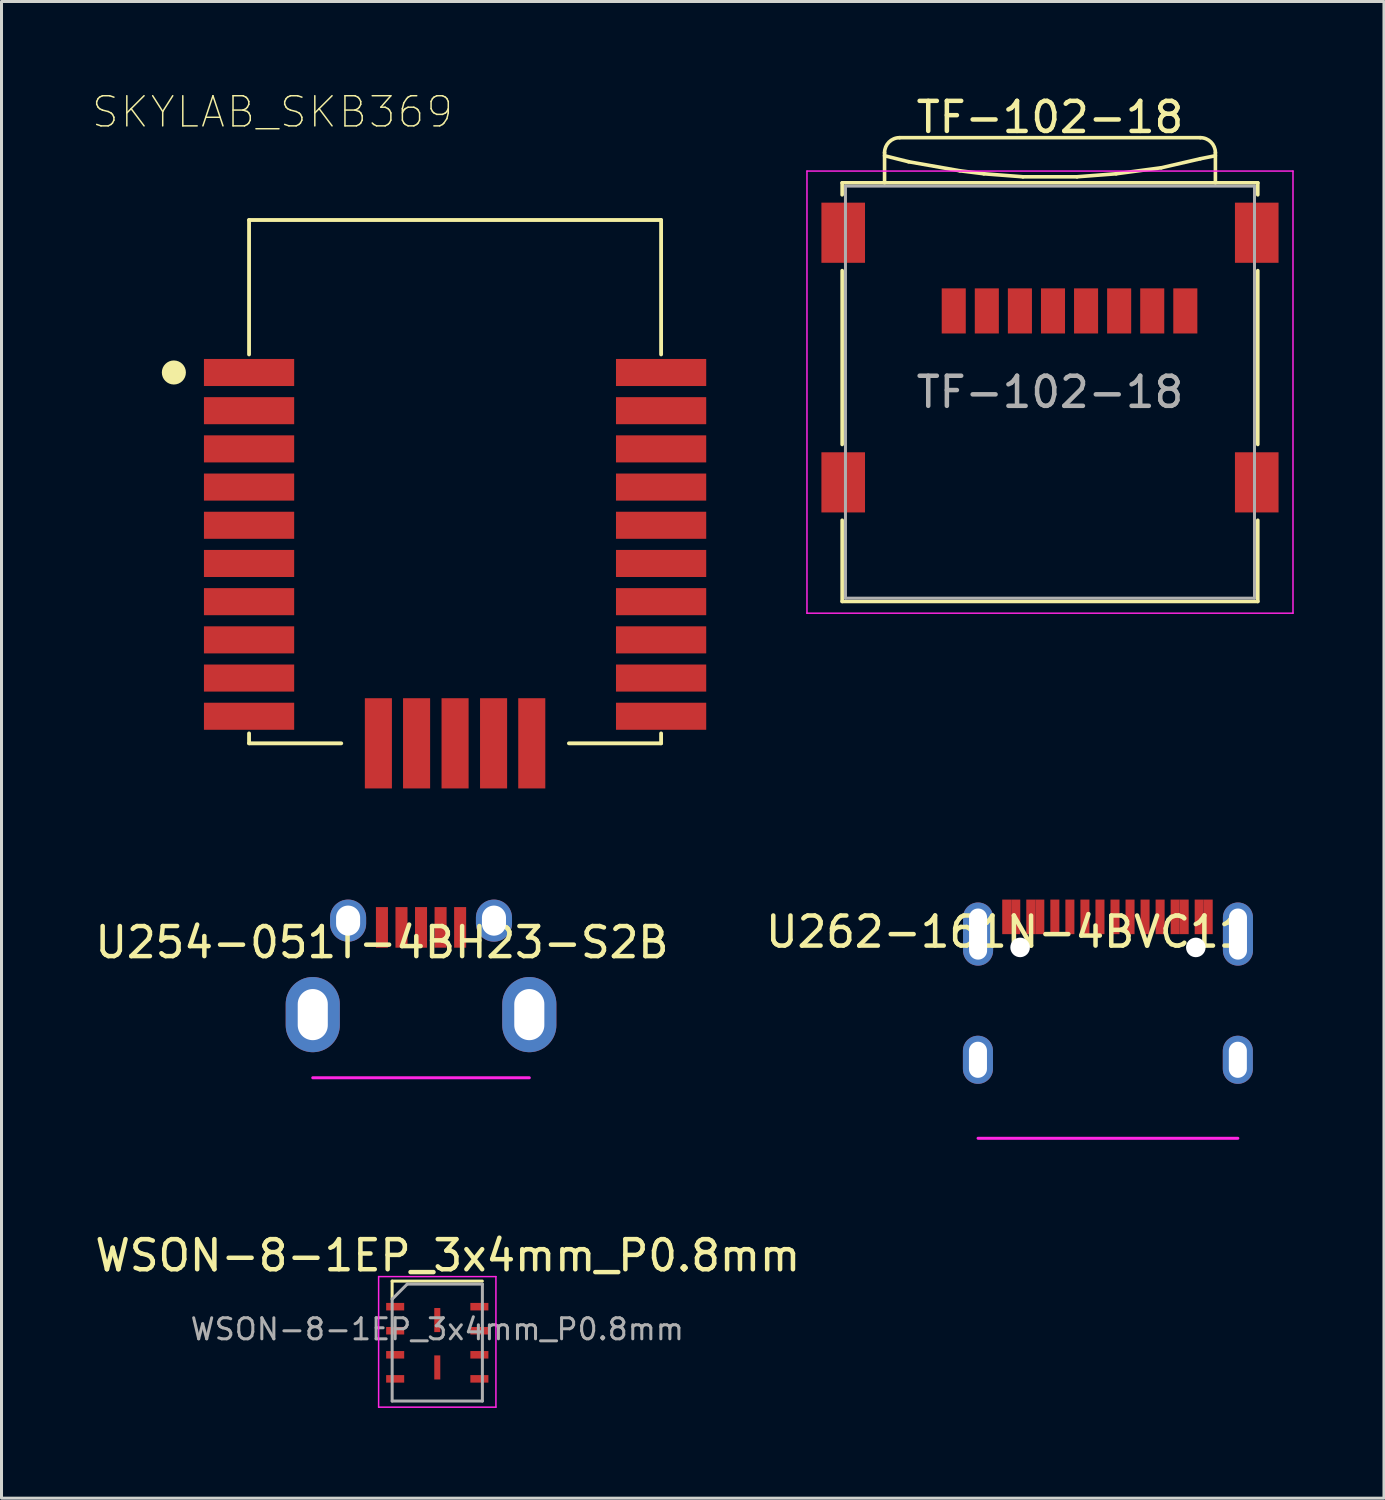
<source format=kicad_pcb>
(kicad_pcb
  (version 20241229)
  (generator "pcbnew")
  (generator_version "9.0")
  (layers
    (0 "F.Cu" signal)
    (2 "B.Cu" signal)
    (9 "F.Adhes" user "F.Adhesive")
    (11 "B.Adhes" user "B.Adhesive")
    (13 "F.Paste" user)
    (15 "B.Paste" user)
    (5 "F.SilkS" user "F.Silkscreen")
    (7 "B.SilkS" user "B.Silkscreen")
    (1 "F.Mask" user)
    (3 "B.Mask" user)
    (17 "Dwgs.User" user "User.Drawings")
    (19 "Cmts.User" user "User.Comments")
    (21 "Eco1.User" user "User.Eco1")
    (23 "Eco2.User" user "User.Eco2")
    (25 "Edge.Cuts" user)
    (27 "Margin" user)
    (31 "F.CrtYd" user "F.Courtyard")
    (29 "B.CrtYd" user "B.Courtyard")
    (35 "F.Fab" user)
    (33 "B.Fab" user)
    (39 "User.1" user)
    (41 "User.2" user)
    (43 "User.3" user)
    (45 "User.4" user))
  (footprint "SKYLAB_SKB369"
    (layer "F.Cu")
    (at 12.081 12.965)
    (property "Reference" "SKYLAB_SKB369" (at -6.071 -12.291 0) (layer "F.SilkS") (effects (font (size 1.002 1.002) (thickness 0.05))))
    (attr smd)
    (fp_line (start -6.85 -8.7) (end 6.85 -8.7) (stroke (width 0.127) (type solid)) (layer "F.SilkS"))
    (fp_line (start -6.85 -4.23) (end -6.85 -8.7) (stroke (width 0.127) (type solid)) (layer "F.SilkS"))
    (fp_line (start -6.85 8.37) (end -6.85 8.7) (stroke (width 0.127) (type solid)) (layer "F.SilkS"))
    (fp_line (start -6.85 8.7) (end -3.785 8.7) (stroke (width 0.127) (type solid)) (layer "F.SilkS"))
    (fp_line (start 6.85 -8.7) (end 6.85 -4.23) (stroke (width 0.127) (type solid)) (layer "F.SilkS"))
    (fp_line (start 6.85 8.37) (end 6.85 8.7) (stroke (width 0.127) (type solid)) (layer "F.SilkS"))
    (fp_line (start 6.85 8.7) (end 3.785 8.7) (stroke (width 0.127) (type solid)) (layer "F.SilkS"))
    (fp_circle (center -9.35 -3.63) (end -9.15 -3.63) (stroke (width 0.4) (type solid)) (fill no) (layer "F.SilkS"))
    (fp_poly (pts (xy -8.25 -10.68) (xy 8.25 -10.68) (xy 8.25 -4.1) (xy -8.25 -4.1)) (stroke (width 0.0001) (type solid)) (fill no) (layer "Dwgs.User"))
    (fp_poly (pts (xy -8.25 -10.68) (xy 8.25 -10.68) (xy 8.25 -4.1) (xy -8.25 -4.1)) (stroke (width 0.0001) (type solid)) (fill no) (layer "Dwgs.User"))
    (fp_poly (pts (xy -8.25 -10.68) (xy 8.25 -10.68) (xy 8.25 -4.1) (xy -8.25 -4.1)) (stroke (width 0.0001) (type solid)) (fill no) (layer "Dwgs.User"))
    (fp_line (start -8.6 -11.38) (end 8.65 -11.38) (stroke (width 0.05) (type solid)) (layer "Eco1.User"))
    (fp_line (start -8.6 10.87) (end -8.6 -11.38) (stroke (width 0.05) (type solid)) (layer "Eco1.User"))
    (fp_line (start 8.65 -11.38) (end 8.65 10.87) (stroke (width 0.05) (type solid)) (layer "Eco1.User"))
    (fp_line (start 8.65 10.87) (end -8.6 10.87) (stroke (width 0.05) (type solid)) (layer "Eco1.User"))
    (fp_line (start -6.85 -8.7) (end -6.85 8.7) (stroke (width 0.127) (type solid)) (layer "Eco2.User"))
    (fp_line (start -6.85 8.7) (end 6.85 8.7) (stroke (width 0.127) (type solid)) (layer "Eco2.User"))
    (fp_line (start 6.85 -8.7) (end -6.85 -8.7) (stroke (width 0.127) (type solid)) (layer "Eco2.User"))
    (fp_line (start 6.85 8.7) (end 6.85 -8.7) (stroke (width 0.127) (type solid)) (layer "Eco2.User"))
    (fp_circle (center -7.6 -3.63) (end -7.4 -3.63) (stroke (width 0.4) (type solid)) (fill no) (layer "Eco2.User"))
    (pad "1" smd rect (at -6.85 -3.63) (size 3 0.9) (layers "F.Cu" "F.Mask" "F.Paste"))
    (pad "2" smd rect (at -6.85 -2.36) (size 3 0.9) (layers "F.Cu" "F.Mask" "F.Paste"))
    (pad "3" smd rect (at -6.85 -1.09) (size 3 0.9) (layers "F.Cu" "F.Mask" "F.Paste"))
    (pad "4" smd rect (at -6.85 0.18) (size 3 0.9) (layers "F.Cu" "F.Mask" "F.Paste"))
    (pad "5" smd rect (at -6.85 1.45) (size 3 0.9) (layers "F.Cu" "F.Mask" "F.Paste"))
    (pad "6" smd rect (at -6.85 2.72) (size 3 0.9) (layers "F.Cu" "F.Mask" "F.Paste"))
    (pad "7" smd rect (at -6.85 3.99) (size 3 0.9) (layers "F.Cu" "F.Mask" "F.Paste"))
    (pad "8" smd rect (at -6.85 5.26) (size 3 0.9) (layers "F.Cu" "F.Mask" "F.Paste"))
    (pad "9" smd rect (at -6.85 6.53) (size 3 0.9) (layers "F.Cu" "F.Mask" "F.Paste"))
    (pad "10" smd rect (at -6.85 7.8) (size 3 0.9) (layers "F.Cu" "F.Mask" "F.Paste"))
    (pad "11" smd rect (at -2.55 8.7 90) (size 3 0.9) (layers "F.Cu" "F.Mask" "F.Paste"))
    (pad "12" smd rect (at -1.28 8.7 90) (size 3 0.9) (layers "F.Cu" "F.Mask" "F.Paste"))
    (pad "13" smd rect (at 0 8.7 90) (size 3 0.9) (layers "F.Cu" "F.Mask" "F.Paste"))
    (pad "14" smd rect (at 1.28 8.7 90) (size 3 0.9) (layers "F.Cu" "F.Mask" "F.Paste"))
    (pad "15" smd rect (at 2.55 8.7 90) (size 3 0.9) (layers "F.Cu" "F.Mask" "F.Paste"))
    (pad "16" smd rect (at 6.85 7.8 180) (size 3 0.9) (layers "F.Cu" "F.Mask" "F.Paste"))
    (pad "17" smd rect (at 6.85 6.53 180) (size 3 0.9) (layers "F.Cu" "F.Mask" "F.Paste"))
    (pad "18" smd rect (at 6.85 5.26 180) (size 3 0.9) (layers "F.Cu" "F.Mask" "F.Paste"))
    (pad "19" smd rect (at 6.85 3.99 180) (size 3 0.9) (layers "F.Cu" "F.Mask" "F.Paste"))
    (pad "20" smd rect (at 6.85 2.72 180) (size 3 0.9) (layers "F.Cu" "F.Mask" "F.Paste"))
    (pad "21" smd rect (at 6.85 1.45 180) (size 3 0.9) (layers "F.Cu" "F.Mask" "F.Paste"))
    (pad "22" smd rect (at 6.85 0.18 180) (size 3 0.9) (layers "F.Cu" "F.Mask" "F.Paste"))
    (pad "23" smd rect (at 6.85 -1.09 180) (size 3 0.9) (layers "F.Cu" "F.Mask" "F.Paste"))
    (pad "24" smd rect (at 6.85 -2.36 180) (size 3 0.9) (layers "F.Cu" "F.Mask" "F.Paste"))
    (pad "25" smd rect (at 6.85 -3.63 180) (size 3 0.9) (layers "F.Cu" "F.Mask" "F.Paste")))
  (footprint "U254-051T-4BH23-S2B"
    (layer "F.Cu")
    (at 9.649 27.785)
    (property "Reference" "U254-051T-4BH23-S2B" (at 0 0.5 0) (layer "F.SilkS") (effects (font (size 1 1) (thickness 0.15))))
    (attr smd)
    (fp_line (start -2.3 5) (end 4.9 5) (stroke (width 0.1) (type solid)) (layer "F.CrtYd"))
    (pad "1" smd rect (at 0 0) (size 0.4 1.35) (layers "F.Cu" "F.Mask" "F.Paste"))
    (pad "2" smd rect (at 0.65 0) (size 0.4 1.35) (layers "F.Cu" "F.Mask" "F.Paste"))
    (pad "3" smd rect (at 1.3 0) (size 0.4 1.35) (layers "F.Cu" "F.Mask" "F.Paste"))
    (pad "4" smd rect (at 1.95 0) (size 0.4 1.35) (layers "F.Cu" "F.Mask" "F.Paste"))
    (pad "5" smd rect (at 2.6 0) (size 0.4 1.35) (layers "F.Cu" "F.Mask" "F.Paste"))
    (pad "6" thru_hole oval (at -2.3 2.9) (size 1.8 2.5) (drill oval 1 1.7) (layers "*.Cu" "*.Mask"))
    (pad "6" thru_hole oval (at -1.125 -0.225) (size 1.2 1.4) (drill oval 0.8 1) (layers "*.Cu" "*.Mask"))
    (pad "6" thru_hole oval (at 3.725 -0.225) (size 1.2 1.4) (drill oval 0.8 1) (layers "*.Cu" "*.Mask"))
    (pad "6" thru_hole oval (at 4.9 2.9) (size 1.8 2.5) (drill oval 1 1.7) (layers "*.Cu" "*.Mask")))
  (footprint "TF-102-18"
    (layer "F.Cu")
    (at 31.861 8.838)
    (property "Reference" "TF-102-18" (at 0 -7.99 0) (layer "F.SilkS") (effects (font (size 1 1) (thickness 0.15))))
    (attr smd)
    (fp_line (start -6.91 -5.81) (end -6.91 -5.41) (stroke (width 0.12) (type solid)) (layer "F.SilkS"))
    (fp_line (start -6.91 -5.81) (end 6.91 -5.81) (stroke (width 0.12) (type solid)) (layer "F.SilkS"))
    (fp_line (start -6.91 -2.89) (end -6.91 2.89) (stroke (width 0.12) (type solid)) (layer "F.SilkS"))
    (fp_line (start -6.91 5.41) (end -6.91 8.11) (stroke (width 0.12) (type solid)) (layer "F.SilkS"))
    (fp_line (start -5.5 -6.71) (end -4.7 -6.51) (stroke (width 0.12) (type solid)) (layer "F.SilkS"))
    (fp_line (start -5.5 -5.81) (end -5.5 -6.81) (stroke (width 0.12) (type solid)) (layer "F.SilkS"))
    (fp_line (start -5 -7.31) (end 5 -7.31) (stroke (width 0.12) (type solid)) (layer "F.SilkS"))
    (fp_line (start -4.7 -6.51) (end -3 -6.21) (stroke (width 0.12) (type solid)) (layer "F.SilkS"))
    (fp_line (start -3 -6.21) (end -2.2 -6.11) (stroke (width 0.12) (type solid)) (layer "F.SilkS"))
    (fp_line (start -2.2 -6.11) (end -0.9 -6.01) (stroke (width 0.12) (type solid)) (layer "F.SilkS"))
    (fp_line (start -0.9 -6.01) (end 0.9 -6.01) (stroke (width 0.12) (type solid)) (layer "F.SilkS"))
    (fp_line (start 0.9 -6.01) (end 2.2 -6.11) (stroke (width 0.12) (type solid)) (layer "F.SilkS"))
    (fp_line (start 2.2 -6.11) (end 3.7 -6.31) (stroke (width 0.12) (type solid)) (layer "F.SilkS"))
    (fp_line (start 3.7 -6.31) (end 5 -6.61) (stroke (width 0.12) (type solid)) (layer "F.SilkS"))
    (fp_line (start 5 -6.61) (end 5.5 -6.71) (stroke (width 0.12) (type solid)) (layer "F.SilkS"))
    (fp_line (start 5.5 -5.81) (end 5.5 -6.81) (stroke (width 0.12) (type solid)) (layer "F.SilkS"))
    (fp_line (start 6.91 -5.81) (end 6.91 -5.41) (stroke (width 0.12) (type solid)) (layer "F.SilkS"))
    (fp_line (start 6.91 -2.89) (end 6.91 2.89) (stroke (width 0.12) (type solid)) (layer "F.SilkS"))
    (fp_line (start 6.91 5.41) (end 6.91 8.11) (stroke (width 0.12) (type solid)) (layer "F.SilkS"))
    (fp_line (start 6.91 8.11) (end -6.91 8.11) (stroke (width 0.12) (type solid)) (layer "F.SilkS"))
    (fp_arc (start -5.5 -6.81) (mid -5.353553 -7.163553) (end -5 -7.31) (stroke (width 0.12) (type solid)) (layer "F.SilkS"))
    (fp_arc (start 5 -7.31) (mid 5.353553 -7.163553) (end 5.5 -6.81) (stroke (width 0.12) (type solid)) (layer "F.SilkS"))
    (fp_line (start -8.08 -6.2) (end -8.08 8.5) (stroke (width 0.05) (type solid)) (layer "F.CrtYd"))
    (fp_line (start 8.08 -6.2) (end -8.08 -6.2) (stroke (width 0.05) (type solid)) (layer "F.CrtYd"))
    (fp_line (start 8.08 -6.2) (end 8.08 8.5) (stroke (width 0.05) (type solid)) (layer "F.CrtYd"))
    (fp_line (start 8.08 8.5) (end -8.08 8.5) (stroke (width 0.05) (type solid)) (layer "F.CrtYd"))
    (fp_line (start -6.8 -5.7) (end -6.8 8) (stroke (width 0.1) (type solid)) (layer "F.Fab"))
    (fp_line (start -6.8 8) (end 6.8 8) (stroke (width 0.1) (type solid)) (layer "F.Fab"))
    (fp_line (start 6.8 -5.7) (end -6.8 -5.7) (stroke (width 0.1) (type solid)) (layer "F.Fab"))
    (fp_line (start 6.8 8) (end 6.8 -5.7) (stroke (width 0.1) (type solid)) (layer "F.Fab"))
    (fp_text user "${REFERENCE}" (at 0 1.15 0) (layer "F.Fab") (effects (font (size 1 1) (thickness 0.15))))
    (pad "1" smd rect (at -3.2 -1.55) (size 0.8 1.5) (layers "F.Cu" "F.Mask" "F.Paste"))
    (pad "2" smd rect (at -2.1 -1.55) (size 0.8 1.5) (layers "F.Cu" "F.Mask" "F.Paste"))
    (pad "3" smd rect (at -1 -1.55) (size 0.8 1.5) (layers "F.Cu" "F.Mask" "F.Paste"))
    (pad "4" smd rect (at 0.1 -1.55) (size 0.8 1.5) (layers "F.Cu" "F.Mask" "F.Paste"))
    (pad "5" smd rect (at 1.2 -1.55) (size 0.8 1.5) (layers "F.Cu" "F.Mask" "F.Paste"))
    (pad "6" smd rect (at 2.3 -1.55) (size 0.8 1.5) (layers "F.Cu" "F.Mask" "F.Paste"))
    (pad "7" smd rect (at 3.4 -1.55) (size 0.8 1.5) (layers "F.Cu" "F.Mask" "F.Paste"))
    (pad "8" smd rect (at 4.5 -1.55) (size 0.8 1.5) (layers "F.Cu" "F.Mask" "F.Paste"))
    (pad "9" smd rect (at -6.875 -4.15) (size 1.45 2) (layers "F.Cu" "F.Mask" "F.Paste"))
    (pad "9" smd rect (at -6.875 4.15) (size 1.45 2) (layers "F.Cu" "F.Mask" "F.Paste"))
    (pad "9" smd rect (at 6.875 -4.15) (size 1.45 2) (layers "F.Cu" "F.Mask" "F.Paste"))
    (pad "9" smd rect (at 6.875 4.15) (size 1.45 2) (layers "F.Cu" "F.Mask" "F.Paste")))
  (footprint "U262-161N-4BVC11"
    (layer "F.Cu")
    (at 30.423 27.435)
    (property "Reference" "U262-161N-4BVC11" (at 0 0.5 0) (layer "F.SilkS") (effects (font (size 1 1) (thickness 0.15))))
    (attr smd)
    (fp_line (start -0.953 7.362) (end 7.684 7.362) (stroke (width 0.1) (type solid)) (layer "F.CrtYd"))
    (pad "" np_thru_hole circle (at 0.445 1.016) (size 0.65 0.65) (drill 0.65) (layers "*.Cu" "*.Mask"))
    (pad "" np_thru_hole circle (at 6.287 1.016) (size 0.65 0.65) (drill 0.65) (layers "*.Cu" "*.Mask"))
    (pad "A1" smd rect (at 0 0) (size 0.3 1.15) (layers "F.Cu" "F.Mask" "F.Paste"))
    (pad "A4" smd rect (at 0.8 0) (size 0.3 1.15) (layers "F.Cu" "F.Mask" "F.Paste"))
    (pad "A5" smd rect (at 2.1 0) (size 0.3 1.15) (layers "F.Cu" "F.Mask" "F.Paste"))
    (pad "A6" smd rect (at 3.1 0) (size 0.3 1.15) (layers "F.Cu" "F.Mask" "F.Paste"))
    (pad "A7" smd rect (at 3.6 0) (size 0.3 1.15) (layers "F.Cu" "F.Mask" "F.Paste"))
    (pad "A8" smd rect (at 4.6 0) (size 0.3 1.15) (layers "F.Cu" "F.Mask" "F.Paste"))
    (pad "A9" smd rect (at 5.9 0) (size 0.3 1.15) (layers "F.Cu" "F.Mask" "F.Paste"))
    (pad "A12" smd rect (at 6.699 0) (size 0.3 1.15) (layers "F.Cu" "F.Mask" "F.Paste"))
    (pad "B1" smd rect (at 6.399 0) (size 0.3 1.15) (layers "F.Cu" "F.Mask" "F.Paste"))
    (pad "B4" smd rect (at 5.6 0) (size 0.3 1.15) (layers "F.Cu" "F.Mask" "F.Paste"))
    (pad "B5" smd rect (at 5.1 0) (size 0.3 1.15) (layers "F.Cu" "F.Mask" "F.Paste"))
    (pad "B6" smd rect (at 4.1 0) (size 0.3 1.15) (layers "F.Cu" "F.Mask" "F.Paste"))
    (pad "B7" smd rect (at 2.6 0) (size 0.3 1.15) (layers "F.Cu" "F.Mask" "F.Paste"))
    (pad "B8" smd rect (at 1.6 0) (size 0.3 1.15) (layers "F.Cu" "F.Mask" "F.Paste"))
    (pad "B9" smd rect (at 1.1 0) (size 0.3 1.15) (layers "F.Cu" "F.Mask" "F.Paste"))
    (pad "B12" smd rect (at 0.3 0) (size 0.3 1.15) (layers "F.Cu" "F.Mask" "F.Paste"))
    (pad "S1" thru_hole oval (at -0.957 4.752) (size 1 1.6) (drill oval 0.6 1.2) (layers "*.Cu" "*.Mask"))
    (pad "S1" thru_hole oval (at -0.953 0.572) (size 1 2.1) (drill oval 0.6 1.7) (layers "*.Cu" "*.Mask"))
    (pad "S1" thru_hole oval (at 7.684 4.752) (size 1 1.6) (drill oval 0.6 1.2) (layers "*.Cu" "*.Mask"))
    (pad "S1" thru_hole oval (at 7.688 0.572) (size 1 2.1) (drill oval 0.6 1.7) (layers "*.Cu" "*.Mask")))
  (footprint "WSON-8-1EP_3x4mm_P0.8mm"
    (layer "F.Cu")
    (at 11.489 41.146)
    (property "Reference" "WSON-8-1EP_3x4mm_P0.8mm" (at 0.35 -2.45 0) (layer "F.SilkS") (effects (font (size 1 1) (thickness 0.15))))
    (attr smd)
    (fp_line (start -1.501 -1.6) (end -1.501 -1.016) (stroke (width 0.1) (type solid)) (layer "F.SilkS"))
    (fp_line (start -1.501 -1.6) (end 1.499 -1.6) (stroke (width 0.1) (type solid)) (layer "F.SilkS"))
    (fp_line (start -1.95 -1.75) (end -1.95 2.591) (stroke (width 0.05) (type solid)) (layer "F.CrtYd"))
    (fp_line (start -1.95 -1.75) (end 1.95 -1.75) (stroke (width 0.05) (type solid)) (layer "F.CrtYd"))
    (fp_line (start -1.95 2.591) (end 1.95 2.591) (stroke (width 0.05) (type solid)) (layer "F.CrtYd"))
    (fp_line (start 1.95 -1.75) (end 1.95 2.591) (stroke (width 0.05) (type solid)) (layer "F.CrtYd"))
    (fp_line (start -1.5 2.388) (end -1.5 -1) (stroke (width 0.1) (type solid)) (layer "F.Fab"))
    (fp_line (start -1 -1.5) (end -1.5 -1) (stroke (width 0.1) (type solid)) (layer "F.Fab"))
    (fp_line (start -1 -1.5) (end 1.5 -1.5) (stroke (width 0.1) (type solid)) (layer "F.Fab"))
    (fp_line (start 1.5 -1.5) (end 1.5 2.388) (stroke (width 0.1) (type solid)) (layer "F.Fab"))
    (fp_line (start 1.5 2.388) (end -1.5 2.388) (stroke (width 0.1) (type solid)) (layer "F.Fab"))
    (fp_text user "${REFERENCE}" (at 0 0 0) (layer "F.Fab") (effects (font (size 0.7 0.7) (thickness 0.1))))
    (pad "" smd rect (at 0 -0.305) (size 0.2 0.8) (layers "F.Cu" "F.Mask" "F.Paste"))
    (pad "" smd rect (at 0 1.27) (size 0.2 0.8) (layers "F.Cu" "F.Mask" "F.Paste"))
    (pad "1" smd rect (at -1.4 -0.75) (size 0.6 0.25) (layers "F.Cu" "F.Mask" "F.Paste"))
    (pad "2" smd rect (at -1.4 0.05) (size 0.6 0.25) (layers "F.Cu" "F.Mask" "F.Paste"))
    (pad "3" smd rect (at -1.4 0.85) (size 0.6 0.25) (layers "F.Cu" "F.Mask" "F.Paste"))
    (pad "4" smd rect (at -1.4 1.65) (size 0.6 0.25) (layers "F.Cu" "F.Mask" "F.Paste"))
    (pad "5" smd rect (at 1.4 1.65) (size 0.6 0.25) (layers "F.Cu" "F.Mask" "F.Paste"))
    (pad "6" smd rect (at 1.4 0.85) (size 0.6 0.25) (layers "F.Cu" "F.Mask" "F.Paste"))
    (pad "7" smd rect (at 1.4 0.05) (size 0.6 0.25) (layers "F.Cu" "F.Mask" "F.Paste"))
    (pad "8" smd rect (at 1.4 -0.75) (size 0.6 0.25) (layers "F.Cu" "F.Mask" "F.Paste")))
  (gr_rect
    (start -3 -3)
    (end 42.966 46.762)
    (stroke (width 0.1) (type default))
    (fill no)
    (layer "Edge.Cuts")))
</source>
